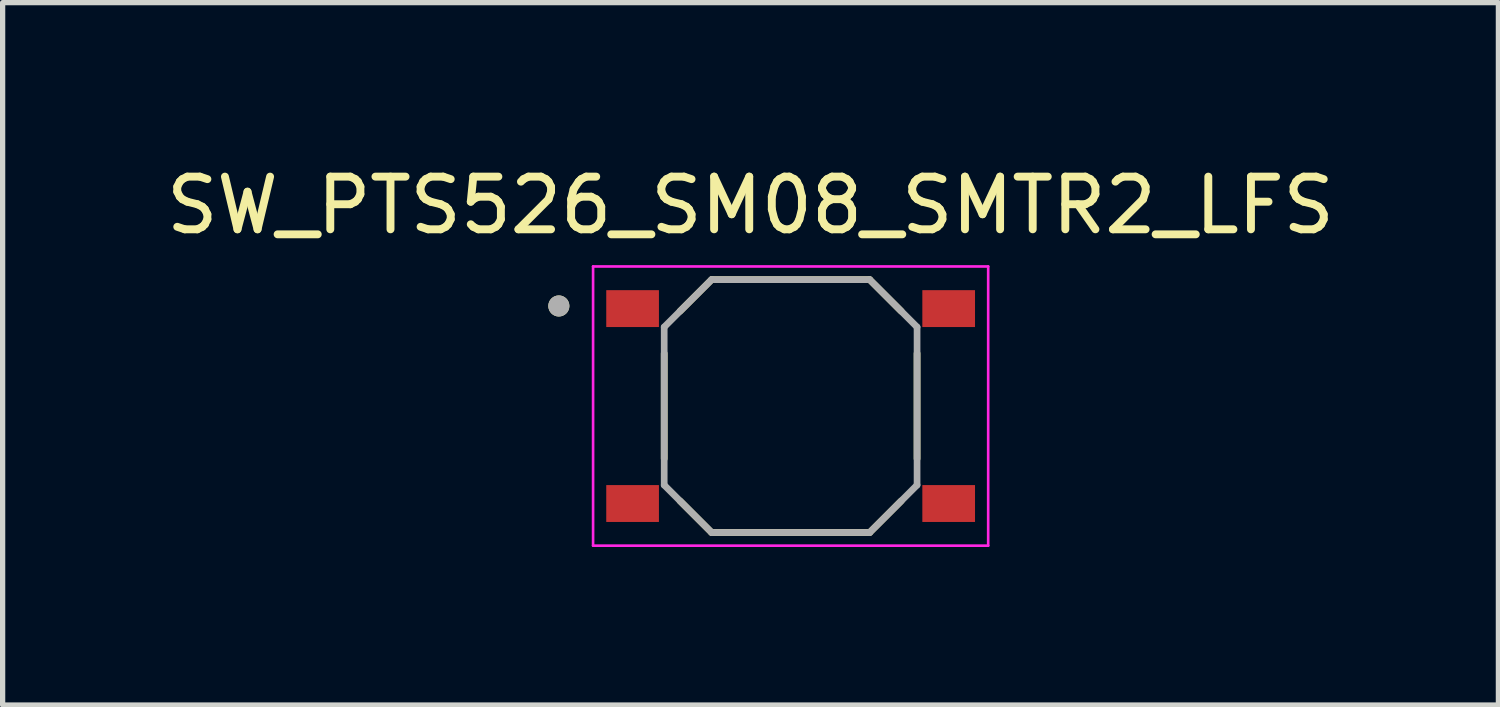
<source format=kicad_pcb>
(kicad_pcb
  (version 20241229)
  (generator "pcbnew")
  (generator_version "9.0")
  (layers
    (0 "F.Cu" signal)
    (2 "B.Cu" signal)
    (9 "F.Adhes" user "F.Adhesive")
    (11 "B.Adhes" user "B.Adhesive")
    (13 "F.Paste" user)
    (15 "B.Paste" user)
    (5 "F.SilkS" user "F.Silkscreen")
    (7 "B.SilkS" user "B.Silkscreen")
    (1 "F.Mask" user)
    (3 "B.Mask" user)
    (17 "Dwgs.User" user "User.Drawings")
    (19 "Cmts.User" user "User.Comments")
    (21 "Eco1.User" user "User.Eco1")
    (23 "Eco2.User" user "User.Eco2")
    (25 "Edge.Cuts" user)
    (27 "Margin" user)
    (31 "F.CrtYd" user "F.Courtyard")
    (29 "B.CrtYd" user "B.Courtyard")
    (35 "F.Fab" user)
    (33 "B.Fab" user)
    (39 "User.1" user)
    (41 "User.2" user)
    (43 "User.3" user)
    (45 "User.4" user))
  (footprint "SW_PTS526_SM08_SMTR2_LFS"
    (layer "F.Cu")
    (at 11.958 4.658)
    (property "Reference" "SW_PTS526_SM08_SMTR2_LFS" (at -0.762 -3.81 0) (layer "F.SilkS") (effects (font (size 1 1) (thickness 0.15))))
    (attr smd)
    (fp_line (start -2.4 -1) (end -2.4 1) (stroke (width 0.127) (type solid)) (layer "F.SilkS"))
    (fp_line (start -2.1 1.8) (end -1.5 2.4) (stroke (width 0.127) (type solid)) (layer "F.SilkS"))
    (fp_line (start -1.5 -2.4) (end -2.1 -1.8) (stroke (width 0.127) (type solid)) (layer "F.SilkS"))
    (fp_line (start -1.5 2.4) (end 1.5 2.4) (stroke (width 0.127) (type solid)) (layer "F.SilkS"))
    (fp_line (start 1.5 -2.4) (end -1.5 -2.4) (stroke (width 0.127) (type solid)) (layer "F.SilkS"))
    (fp_line (start 1.5 -2.4) (end 2.1 -1.8) (stroke (width 0.127) (type solid)) (layer "F.SilkS"))
    (fp_line (start 1.5 2.4) (end 2.1 1.8) (stroke (width 0.127) (type solid)) (layer "F.SilkS"))
    (fp_line (start 2.4 -1) (end 2.4 1) (stroke (width 0.127) (type solid)) (layer "F.SilkS"))
    (fp_circle (center -4.4 -1.9) (end -4.3 -1.9) (stroke (width 0.2) (type solid)) (fill no) (layer "F.SilkS"))
    (fp_line (start -3.75 -2.65) (end 3.75 -2.65) (stroke (width 0.05) (type solid)) (layer "F.CrtYd"))
    (fp_line (start -3.75 2.65) (end -3.75 -2.65) (stroke (width 0.05) (type solid)) (layer "F.CrtYd"))
    (fp_line (start 3.75 -2.65) (end 3.75 2.65) (stroke (width 0.05) (type solid)) (layer "F.CrtYd"))
    (fp_line (start 3.75 2.65) (end -3.75 2.65) (stroke (width 0.05) (type solid)) (layer "F.CrtYd"))
    (fp_line (start -2.4 -1.5) (end -2.4 1.5) (stroke (width 0.127) (type solid)) (layer "F.Fab"))
    (fp_line (start -1.5 -2.4) (end -2.4 -1.5) (stroke (width 0.127) (type solid)) (layer "F.Fab"))
    (fp_line (start -1.5 -2.4) (end 1.5 -2.4) (stroke (width 0.127) (type solid)) (layer "F.Fab"))
    (fp_line (start -1.5 2.4) (end -2.4 1.5) (stroke (width 0.127) (type solid)) (layer "F.Fab"))
    (fp_line (start -1.5 2.4) (end 1.5 2.4) (stroke (width 0.127) (type solid)) (layer "F.Fab"))
    (fp_line (start 1.5 -2.4) (end 2.4 -1.5) (stroke (width 0.127) (type solid)) (layer "F.Fab"))
    (fp_line (start 1.5 2.4) (end 2.4 1.5) (stroke (width 0.127) (type solid)) (layer "F.Fab"))
    (fp_line (start 2.4 -1.5) (end 2.4 1.5) (stroke (width 0.127) (type solid)) (layer "F.Fab"))
    (fp_circle (center -4.4 -1.9) (end -4.3 -1.9) (stroke (width 0.2) (type solid)) (fill no) (layer "F.Fab"))
    (pad "1" smd rect (at -3 -1.85) (size 1 0.7) (layers "F.Cu" "F.Mask" "F.Paste"))
    (pad "2" smd rect (at 3 -1.85) (size 1 0.7) (layers "F.Cu" "F.Mask" "F.Paste"))
    (pad "3" smd rect (at -3 1.85) (size 1 0.7) (layers "F.Cu" "F.Mask" "F.Paste"))
    (pad "4" smd rect (at 3 1.85) (size 1 0.7) (layers "F.Cu" "F.Mask" "F.Paste")))
  (gr_rect
    (start -3 -3)
    (end 25.393 10.333)
    (stroke (width 0.1) (type default))
    (fill no)
    (layer "Edge.Cuts")))
</source>
